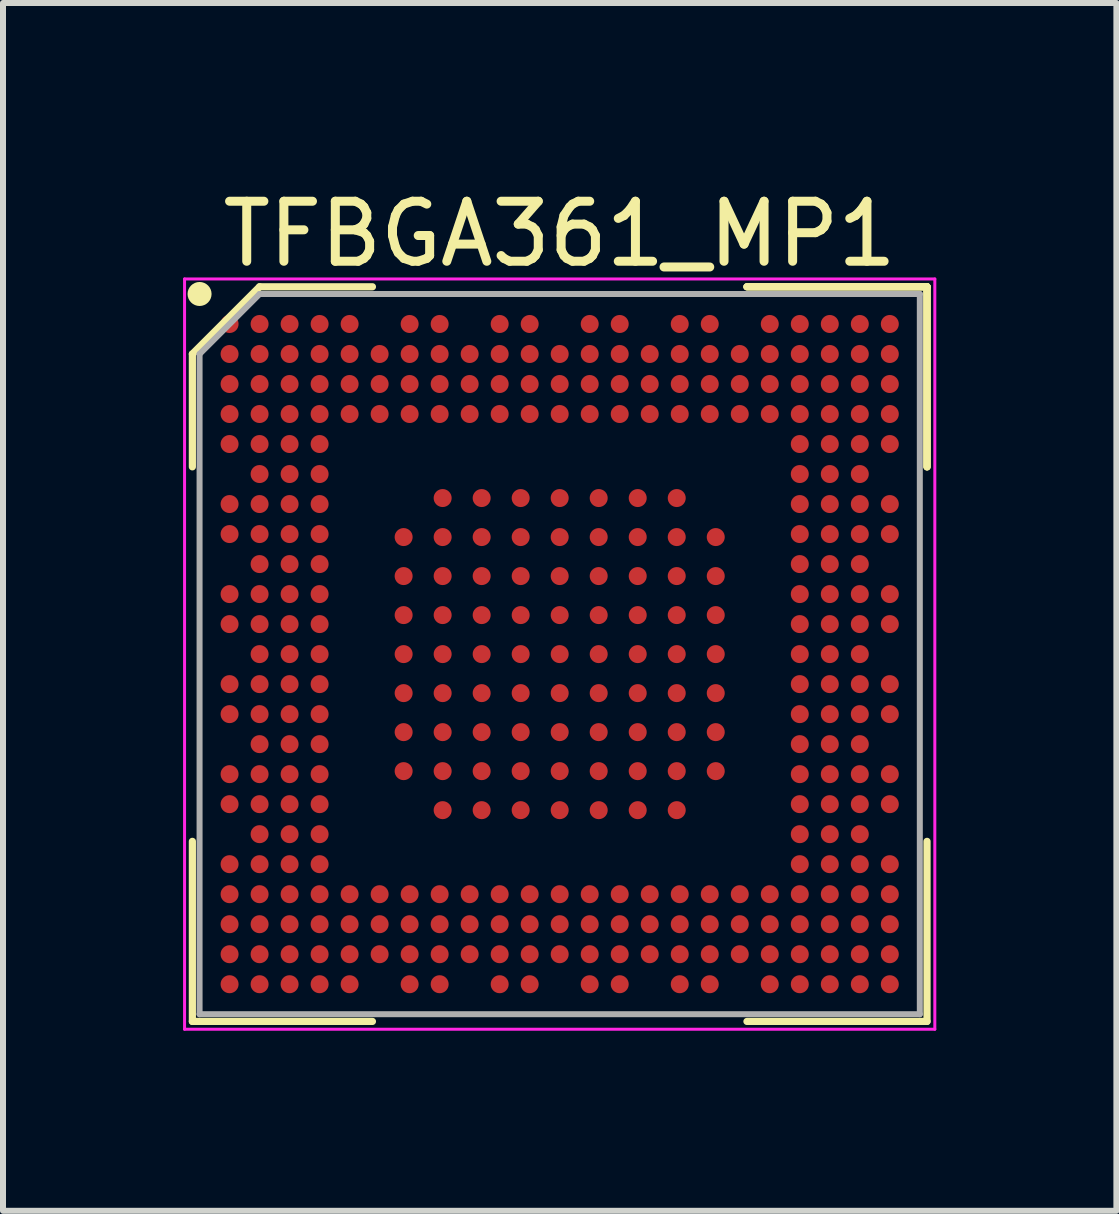
<source format=kicad_pcb>
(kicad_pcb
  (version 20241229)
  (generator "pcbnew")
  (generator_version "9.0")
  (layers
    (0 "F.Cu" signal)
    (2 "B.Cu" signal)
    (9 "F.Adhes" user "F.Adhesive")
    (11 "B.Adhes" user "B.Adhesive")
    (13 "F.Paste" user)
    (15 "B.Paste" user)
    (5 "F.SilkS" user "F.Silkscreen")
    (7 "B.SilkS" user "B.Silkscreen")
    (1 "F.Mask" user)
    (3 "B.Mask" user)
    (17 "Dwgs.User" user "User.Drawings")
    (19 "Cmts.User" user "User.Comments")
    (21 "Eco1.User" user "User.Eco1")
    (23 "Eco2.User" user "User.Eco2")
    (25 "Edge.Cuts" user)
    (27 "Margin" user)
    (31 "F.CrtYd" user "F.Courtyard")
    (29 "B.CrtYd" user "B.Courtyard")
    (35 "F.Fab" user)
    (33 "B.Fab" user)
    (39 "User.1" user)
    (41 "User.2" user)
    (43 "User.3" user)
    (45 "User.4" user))
  (footprint "TFBGA361_MP1"
    (layer "F.Cu")
    (at 6.275 7.848)
    (property "Reference" "TFBGA361_MP1" (at 0 -7 0) (layer "F.SilkS") (effects (font (size 1 1) (thickness 0.15))))
    (attr through_hole)
    (fp_line (start -6.12 -5) (end -6.12 -3.12) (stroke (width 0.12) (type solid)) (layer "F.SilkS"))
    (fp_line (start -6.12 6.12) (end -6.12 3.12) (stroke (width 0.12) (type solid)) (layer "F.SilkS"))
    (fp_line (start -5 -6.12) (end -6.12 -5) (stroke (width 0.12) (type solid)) (layer "F.SilkS"))
    (fp_line (start -3.12 -6.12) (end -5 -6.12) (stroke (width 0.12) (type solid)) (layer "F.SilkS"))
    (fp_line (start -3.12 6.12) (end -6.12 6.12) (stroke (width 0.12) (type solid)) (layer "F.SilkS"))
    (fp_line (start 3.12 -6.12) (end 6.12 -6.12) (stroke (width 0.12) (type solid)) (layer "F.SilkS"))
    (fp_line (start 3.12 -6.12) (end 6.12 -6.12) (stroke (width 0.12) (type solid)) (layer "F.SilkS"))
    (fp_line (start 3.12 -6.12) (end 6.12 -6.12) (stroke (width 0.12) (type solid)) (layer "F.SilkS"))
    (fp_line (start 3.12 6.12) (end 6.12 6.12) (stroke (width 0.12) (type solid)) (layer "F.SilkS"))
    (fp_line (start 6.12 -6.12) (end 6.12 -3.12) (stroke (width 0.12) (type solid)) (layer "F.SilkS"))
    (fp_line (start 6.12 -6.12) (end 6.12 -3.12) (stroke (width 0.12) (type solid)) (layer "F.SilkS"))
    (fp_line (start 6.12 -6.12) (end 6.12 -3.12) (stroke (width 0.12) (type solid)) (layer "F.SilkS"))
    (fp_line (start 6.12 6.12) (end 6.12 3.12) (stroke (width 0.12) (type solid)) (layer "F.SilkS"))
    (fp_circle (center -6 -6) (end -6 -5.9) (stroke (width 0.2) (type solid)) (fill no) (layer "F.SilkS"))
    (fp_line (start -6.25 -6.25) (end 6.25 -6.25) (stroke (width 0.05) (type solid)) (layer "F.CrtYd"))
    (fp_line (start -6.25 6.25) (end -6.25 -6.25) (stroke (width 0.05) (type solid)) (layer "F.CrtYd"))
    (fp_line (start 6.25 -6.25) (end 6.25 6.25) (stroke (width 0.05) (type solid)) (layer "F.CrtYd"))
    (fp_line (start 6.25 6.25) (end -6.25 6.25) (stroke (width 0.05) (type solid)) (layer "F.CrtYd"))
    (fp_line (start -6 -5) (end -6 6) (stroke (width 0.1) (type solid)) (layer "F.Fab"))
    (fp_line (start -6 6) (end 6 6) (stroke (width 0.1) (type solid)) (layer "F.Fab"))
    (fp_line (start -5 -6) (end -6 -5) (stroke (width 0.1) (type solid)) (layer "F.Fab"))
    (fp_line (start 6 -6) (end -5 -6) (stroke (width 0.1) (type solid)) (layer "F.Fab"))
    (fp_line (start 6 6) (end 6 -6) (stroke (width 0.1) (type solid)) (layer "F.Fab"))
    (pad "1A2" smd circle (at -1.95 -2.6) (size 0.3 0.3) (layers "F.Cu" "F.Mask" "F.Paste"))
    (pad "1A3" smd circle (at -1.3 -2.6) (size 0.3 0.3) (layers "F.Cu" "F.Mask" "F.Paste"))
    (pad "1A4" smd circle (at -0.65 -2.6) (size 0.3 0.3) (layers "F.Cu" "F.Mask" "F.Paste"))
    (pad "1A5" smd circle (at 0 -2.6) (size 0.3 0.3) (layers "F.Cu" "F.Mask" "F.Paste"))
    (pad "1A6" smd circle (at 0.65 -2.6) (size 0.3 0.3) (layers "F.Cu" "F.Mask" "F.Paste"))
    (pad "1A7" smd circle (at 1.3 -2.6) (size 0.3 0.3) (layers "F.Cu" "F.Mask" "F.Paste"))
    (pad "1A8" smd circle (at 1.95 -2.6) (size 0.3 0.3) (layers "F.Cu" "F.Mask" "F.Paste"))
    (pad "1B1" smd circle (at -2.6 -1.95) (size 0.3 0.3) (layers "F.Cu" "F.Mask" "F.Paste"))
    (pad "1B2" smd circle (at -1.95 -1.95) (size 0.3 0.3) (layers "F.Cu" "F.Mask" "F.Paste"))
    (pad "1B3" smd circle (at -1.3 -1.95) (size 0.3 0.3) (layers "F.Cu" "F.Mask" "F.Paste"))
    (pad "1B4" smd circle (at -0.65 -1.95) (size 0.3 0.3) (layers "F.Cu" "F.Mask" "F.Paste"))
    (pad "1B5" smd circle (at 0 -1.95) (size 0.3 0.3) (layers "F.Cu" "F.Mask" "F.Paste"))
    (pad "1B6" smd circle (at 0.65 -1.95) (size 0.3 0.3) (layers "F.Cu" "F.Mask" "F.Paste"))
    (pad "1B7" smd circle (at 1.3 -1.95) (size 0.3 0.3) (layers "F.Cu" "F.Mask" "F.Paste"))
    (pad "1B8" smd circle (at 1.95 -1.95) (size 0.3 0.3) (layers "F.Cu" "F.Mask" "F.Paste"))
    (pad "1B9" smd circle (at 2.6 -1.95) (size 0.3 0.3) (layers "F.Cu" "F.Mask" "F.Paste"))
    (pad "1C1" smd circle (at -2.6 -1.3) (size 0.3 0.3) (layers "F.Cu" "F.Mask" "F.Paste"))
    (pad "1C2" smd circle (at -1.95 -1.3) (size 0.3 0.3) (layers "F.Cu" "F.Mask" "F.Paste"))
    (pad "1C3" smd circle (at -1.3 -1.3) (size 0.3 0.3) (layers "F.Cu" "F.Mask" "F.Paste"))
    (pad "1C4" smd circle (at -0.65 -1.3) (size 0.3 0.3) (layers "F.Cu" "F.Mask" "F.Paste"))
    (pad "1C5" smd circle (at 0 -1.3) (size 0.3 0.3) (layers "F.Cu" "F.Mask" "F.Paste"))
    (pad "1C6" smd circle (at 0.65 -1.3) (size 0.3 0.3) (layers "F.Cu" "F.Mask" "F.Paste"))
    (pad "1C7" smd circle (at 1.3 -1.3) (size 0.3 0.3) (layers "F.Cu" "F.Mask" "F.Paste"))
    (pad "1C8" smd circle (at 1.95 -1.3) (size 0.3 0.3) (layers "F.Cu" "F.Mask" "F.Paste"))
    (pad "1C9" smd circle (at 2.6 -1.3) (size 0.3 0.3) (layers "F.Cu" "F.Mask" "F.Paste"))
    (pad "1D1" smd circle (at -2.6 -0.65) (size 0.3 0.3) (layers "F.Cu" "F.Mask" "F.Paste"))
    (pad "1D2" smd circle (at -1.95 -0.65) (size 0.3 0.3) (layers "F.Cu" "F.Mask" "F.Paste"))
    (pad "1D3" smd circle (at -1.3 -0.65) (size 0.3 0.3) (layers "F.Cu" "F.Mask" "F.Paste"))
    (pad "1D4" smd circle (at -0.65 -0.65) (size 0.3 0.3) (layers "F.Cu" "F.Mask" "F.Paste"))
    (pad "1D5" smd circle (at 0 -0.65) (size 0.3 0.3) (layers "F.Cu" "F.Mask" "F.Paste"))
    (pad "1D6" smd circle (at 0.65 -0.65) (size 0.3 0.3) (layers "F.Cu" "F.Mask" "F.Paste"))
    (pad "1D7" smd circle (at 1.3 -0.65) (size 0.3 0.3) (layers "F.Cu" "F.Mask" "F.Paste"))
    (pad "1D8" smd circle (at 1.95 -0.65) (size 0.3 0.3) (layers "F.Cu" "F.Mask" "F.Paste"))
    (pad "1D9" smd circle (at 2.6 -0.65) (size 0.3 0.3) (layers "F.Cu" "F.Mask" "F.Paste"))
    (pad "1E1" smd circle (at -2.6 0) (size 0.3 0.3) (layers "F.Cu" "F.Mask" "F.Paste"))
    (pad "1E2" smd circle (at -1.95 0) (size 0.3 0.3) (layers "F.Cu" "F.Mask" "F.Paste"))
    (pad "1E3" smd circle (at -1.3 0) (size 0.3 0.3) (layers "F.Cu" "F.Mask" "F.Paste"))
    (pad "1E4" smd circle (at -0.65 0) (size 0.3 0.3) (layers "F.Cu" "F.Mask" "F.Paste"))
    (pad "1E5" smd circle (at 0 0) (size 0.3 0.3) (layers "F.Cu" "F.Mask" "F.Paste"))
    (pad "1E6" smd circle (at 0.65 0) (size 0.3 0.3) (layers "F.Cu" "F.Mask" "F.Paste"))
    (pad "1E7" smd circle (at 1.3 0) (size 0.3 0.3) (layers "F.Cu" "F.Mask" "F.Paste"))
    (pad "1E8" smd circle (at 1.95 0) (size 0.3 0.3) (layers "F.Cu" "F.Mask" "F.Paste"))
    (pad "1E9" smd circle (at 2.6 0) (size 0.3 0.3) (layers "F.Cu" "F.Mask" "F.Paste"))
    (pad "1F1" smd circle (at -2.6 0.65) (size 0.3 0.3) (layers "F.Cu" "F.Mask" "F.Paste"))
    (pad "1F2" smd circle (at -1.95 0.65) (size 0.3 0.3) (layers "F.Cu" "F.Mask" "F.Paste"))
    (pad "1F3" smd circle (at -1.3 0.65) (size 0.3 0.3) (layers "F.Cu" "F.Mask" "F.Paste"))
    (pad "1F4" smd circle (at -0.65 0.65) (size 0.3 0.3) (layers "F.Cu" "F.Mask" "F.Paste"))
    (pad "1F5" smd circle (at 0 0.65) (size 0.3 0.3) (layers "F.Cu" "F.Mask" "F.Paste"))
    (pad "1F6" smd circle (at 0.65 0.65) (size 0.3 0.3) (layers "F.Cu" "F.Mask" "F.Paste"))
    (pad "1F7" smd circle (at 1.3 0.65) (size 0.3 0.3) (layers "F.Cu" "F.Mask" "F.Paste"))
    (pad "1F8" smd circle (at 1.95 0.65) (size 0.3 0.3) (layers "F.Cu" "F.Mask" "F.Paste"))
    (pad "1F9" smd circle (at 2.6 0.65) (size 0.3 0.3) (layers "F.Cu" "F.Mask" "F.Paste"))
    (pad "1G2" smd circle (at -1.95 1.3) (size 0.3 0.3) (layers "F.Cu" "F.Mask" "F.Paste"))
    (pad "1G3" smd circle (at -1.3 1.3) (size 0.3 0.3) (layers "F.Cu" "F.Mask" "F.Paste"))
    (pad "1G4" smd circle (at -0.65 1.3) (size 0.3 0.3) (layers "F.Cu" "F.Mask" "F.Paste"))
    (pad "1G5" smd circle (at 0 1.3) (size 0.3 0.3) (layers "F.Cu" "F.Mask" "F.Paste"))
    (pad "1G6" smd circle (at 0.65 1.3) (size 0.3 0.3) (layers "F.Cu" "F.Mask" "F.Paste"))
    (pad "1G7" smd circle (at 1.3 1.3) (size 0.3 0.3) (layers "F.Cu" "F.Mask" "F.Paste"))
    (pad "1G8" smd circle (at 1.95 1.3) (size 0.3 0.3) (layers "F.Cu" "F.Mask" "F.Paste"))
    (pad "1G9" smd circle (at -2.6 1.3) (size 0.3 0.3) (layers "F.Cu" "F.Mask" "F.Paste"))
    (pad "1G9" smd circle (at 2.6 1.3) (size 0.3 0.3) (layers "F.Cu" "F.Mask" "F.Paste"))
    (pad "1H1" smd circle (at -2.6 1.95) (size 0.3 0.3) (layers "F.Cu" "F.Mask" "F.Paste"))
    (pad "1H2" smd circle (at -1.95 1.95) (size 0.3 0.3) (layers "F.Cu" "F.Mask" "F.Paste"))
    (pad "1H3" smd circle (at -1.3 1.95) (size 0.3 0.3) (layers "F.Cu" "F.Mask" "F.Paste"))
    (pad "1H4" smd circle (at -0.65 1.95) (size 0.3 0.3) (layers "F.Cu" "F.Mask" "F.Paste"))
    (pad "1H5" smd circle (at 0 1.95) (size 0.3 0.3) (layers "F.Cu" "F.Mask" "F.Paste"))
    (pad "1H6" smd circle (at 0.65 1.95) (size 0.3 0.3) (layers "F.Cu" "F.Mask" "F.Paste"))
    (pad "1H7" smd circle (at 1.3 1.95) (size 0.3 0.3) (layers "F.Cu" "F.Mask" "F.Paste"))
    (pad "1H8" smd circle (at 1.95 1.95) (size 0.3 0.3) (layers "F.Cu" "F.Mask" "F.Paste"))
    (pad "1H9" smd circle (at 2.6 1.95) (size 0.3 0.3) (layers "F.Cu" "F.Mask" "F.Paste"))
    (pad "1J2" smd circle (at -1.95 2.6) (size 0.3 0.3) (layers "F.Cu" "F.Mask" "F.Paste"))
    (pad "1J3" smd circle (at -1.3 2.6) (size 0.3 0.3) (layers "F.Cu" "F.Mask" "F.Paste"))
    (pad "1J4" smd circle (at -0.65 2.6) (size 0.3 0.3) (layers "F.Cu" "F.Mask" "F.Paste"))
    (pad "1J5" smd circle (at 0 2.6) (size 0.3 0.3) (layers "F.Cu" "F.Mask" "F.Paste"))
    (pad "1J6" smd circle (at 0.65 2.6) (size 0.3 0.3) (layers "F.Cu" "F.Mask" "F.Paste"))
    (pad "1J7" smd circle (at 1.3 2.6) (size 0.3 0.3) (layers "F.Cu" "F.Mask" "F.Paste"))
    (pad "1J8" smd circle (at 1.95 2.6) (size 0.3 0.3) (layers "F.Cu" "F.Mask" "F.Paste"))
    (pad "A1" smd circle (at -5.5 -5.5) (size 0.3 0.3) (layers "F.Cu" "F.Mask" "F.Paste"))
    (pad "A2" smd circle (at -5 -5.5) (size 0.3 0.3) (layers "F.Cu" "F.Mask" "F.Paste"))
    (pad "A3" smd circle (at -4.5 -5.5) (size 0.3 0.3) (layers "F.Cu" "F.Mask" "F.Paste"))
    (pad "A4" smd circle (at -4 -5.5) (size 0.3 0.3) (layers "F.Cu" "F.Mask" "F.Paste"))
    (pad "A5" smd circle (at -3.5 -5.5) (size 0.3 0.3) (layers "F.Cu" "F.Mask" "F.Paste"))
    (pad "A7" smd circle (at -2.5 -5.5) (size 0.3 0.3) (layers "F.Cu" "F.Mask" "F.Paste"))
    (pad "A8" smd circle (at -2 -5.5) (size 0.3 0.3) (layers "F.Cu" "F.Mask" "F.Paste"))
    (pad "A10" smd circle (at -1 -5.5) (size 0.3 0.3) (layers "F.Cu" "F.Mask" "F.Paste"))
    (pad "A11" smd circle (at -0.5 -5.5) (size 0.3 0.3) (layers "F.Cu" "F.Mask" "F.Paste"))
    (pad "A13" smd circle (at 0.5 -5.5) (size 0.3 0.3) (layers "F.Cu" "F.Mask" "F.Paste"))
    (pad "A14" smd circle (at 1 -5.5) (size 0.3 0.3) (layers "F.Cu" "F.Mask" "F.Paste"))
    (pad "A16" smd circle (at 2 -5.5) (size 0.3 0.3) (layers "F.Cu" "F.Mask" "F.Paste"))
    (pad "A17" smd circle (at 2.5 -5.5) (size 0.3 0.3) (layers "F.Cu" "F.Mask" "F.Paste"))
    (pad "A19" smd circle (at 3.5 -5.5) (size 0.3 0.3) (layers "F.Cu" "F.Mask" "F.Paste"))
    (pad "A20" smd circle (at 4 -5.5) (size 0.3 0.3) (layers "F.Cu" "F.Mask" "F.Paste"))
    (pad "A21" smd circle (at 4.5 -5.5) (size 0.3 0.3) (layers "F.Cu" "F.Mask" "F.Paste"))
    (pad "A22" smd circle (at 5 -5.5) (size 0.3 0.3) (layers "F.Cu" "F.Mask" "F.Paste"))
    (pad "A23" smd circle (at 5.5 -5.5) (size 0.3 0.3) (layers "F.Cu" "F.Mask" "F.Paste"))
    (pad "AA1" smd circle (at -5.5 4.5) (size 0.3 0.3) (layers "F.Cu" "F.Mask" "F.Paste"))
    (pad "AA2" smd circle (at -5 4.5) (size 0.3 0.3) (layers "F.Cu" "F.Mask" "F.Paste"))
    (pad "AA3" smd circle (at -4.5 4.5) (size 0.3 0.3) (layers "F.Cu" "F.Mask" "F.Paste"))
    (pad "AA4" smd circle (at -4 4.5) (size 0.3 0.3) (layers "F.Cu" "F.Mask" "F.Paste"))
    (pad "AA5" smd circle (at -3.5 4.5) (size 0.3 0.3) (layers "F.Cu" "F.Mask" "F.Paste"))
    (pad "AA6" smd circle (at -3 4.5) (size 0.3 0.3) (layers "F.Cu" "F.Mask" "F.Paste"))
    (pad "AA7" smd circle (at -2.5 4.5) (size 0.3 0.3) (layers "F.Cu" "F.Mask" "F.Paste"))
    (pad "AA8" smd circle (at -2 4.5) (size 0.3 0.3) (layers "F.Cu" "F.Mask" "F.Paste"))
    (pad "AA9" smd circle (at -1.5 4.5) (size 0.3 0.3) (layers "F.Cu" "F.Mask" "F.Paste"))
    (pad "AA10" smd circle (at -1 4.5) (size 0.3 0.3) (layers "F.Cu" "F.Mask" "F.Paste"))
    (pad "AA11" smd circle (at -0.5 4.5) (size 0.3 0.3) (layers "F.Cu" "F.Mask" "F.Paste"))
    (pad "AA12" smd circle (at 0 4.5) (size 0.3 0.3) (layers "F.Cu" "F.Mask" "F.Paste"))
    (pad "AA13" smd circle (at 0.5 4.5) (size 0.3 0.3) (layers "F.Cu" "F.Mask" "F.Paste"))
    (pad "AA14" smd circle (at 1 4.5) (size 0.3 0.3) (layers "F.Cu" "F.Mask" "F.Paste"))
    (pad "AA15" smd circle (at 1.5 4.5) (size 0.3 0.3) (layers "F.Cu" "F.Mask" "F.Paste"))
    (pad "AA16" smd circle (at 2 4.5) (size 0.3 0.3) (layers "F.Cu" "F.Mask" "F.Paste"))
    (pad "AA17" smd circle (at 2.5 4.5) (size 0.3 0.3) (layers "F.Cu" "F.Mask" "F.Paste"))
    (pad "AA18" smd circle (at 3 4.5) (size 0.3 0.3) (layers "F.Cu" "F.Mask" "F.Paste"))
    (pad "AA19" smd circle (at 3.5 4.5) (size 0.3 0.3) (layers "F.Cu" "F.Mask" "F.Paste"))
    (pad "AA20" smd circle (at 4 4.5) (size 0.3 0.3) (layers "F.Cu" "F.Mask" "F.Paste"))
    (pad "AA21" smd circle (at 4.5 4.5) (size 0.3 0.3) (layers "F.Cu" "F.Mask" "F.Paste"))
    (pad "AA22" smd circle (at 5 4.5) (size 0.3 0.3) (layers "F.Cu" "F.Mask" "F.Paste"))
    (pad "AA23" smd circle (at 5.5 4.5) (size 0.3 0.3) (layers "F.Cu" "F.Mask" "F.Paste"))
    (pad "AB1" smd circle (at -5.5 5) (size 0.3 0.3) (layers "F.Cu" "F.Mask" "F.Paste"))
    (pad "AB2" smd circle (at -5 5) (size 0.3 0.3) (layers "F.Cu" "F.Mask" "F.Paste"))
    (pad "AB3" smd circle (at -4.5 5) (size 0.3 0.3) (layers "F.Cu" "F.Mask" "F.Paste"))
    (pad "AB4" smd circle (at -4 5) (size 0.3 0.3) (layers "F.Cu" "F.Mask" "F.Paste"))
    (pad "AB5" smd circle (at -3.5 5) (size 0.3 0.3) (layers "F.Cu" "F.Mask" "F.Paste"))
    (pad "AB6" smd circle (at -3 5) (size 0.3 0.3) (layers "F.Cu" "F.Mask" "F.Paste"))
    (pad "AB7" smd circle (at -2.5 5) (size 0.3 0.3) (layers "F.Cu" "F.Mask" "F.Paste"))
    (pad "AB8" smd circle (at -2 5) (size 0.3 0.3) (layers "F.Cu" "F.Mask" "F.Paste"))
    (pad "AB9" smd circle (at -1.5 5) (size 0.3 0.3) (layers "F.Cu" "F.Mask" "F.Paste"))
    (pad "AB10" smd circle (at -1 5) (size 0.3 0.3) (layers "F.Cu" "F.Mask" "F.Paste"))
    (pad "AB11" smd circle (at -0.5 5) (size 0.3 0.3) (layers "F.Cu" "F.Mask" "F.Paste"))
    (pad "AB12" smd circle (at 0 5) (size 0.3 0.3) (layers "F.Cu" "F.Mask" "F.Paste"))
    (pad "AB13" smd circle (at 0.5 5) (size 0.3 0.3) (layers "F.Cu" "F.Mask" "F.Paste"))
    (pad "AB14" smd circle (at 1 5) (size 0.3 0.3) (layers "F.Cu" "F.Mask" "F.Paste"))
    (pad "AB15" smd circle (at 1.5 5) (size 0.3 0.3) (layers "F.Cu" "F.Mask" "F.Paste"))
    (pad "AB16" smd circle (at 2 5) (size 0.3 0.3) (layers "F.Cu" "F.Mask" "F.Paste"))
    (pad "AB17" smd circle (at 2.5 5) (size 0.3 0.3) (layers "F.Cu" "F.Mask" "F.Paste"))
    (pad "AB18" smd circle (at 3 5) (size 0.3 0.3) (layers "F.Cu" "F.Mask" "F.Paste"))
    (pad "AB19" smd circle (at 3.5 5) (size 0.3 0.3) (layers "F.Cu" "F.Mask" "F.Paste"))
    (pad "AB20" smd circle (at 4 5) (size 0.3 0.3) (layers "F.Cu" "F.Mask" "F.Paste"))
    (pad "AB21" smd circle (at 4.5 5) (size 0.3 0.3) (layers "F.Cu" "F.Mask" "F.Paste"))
    (pad "AB22" smd circle (at 5 5) (size 0.3 0.3) (layers "F.Cu" "F.Mask" "F.Paste"))
    (pad "AB23" smd circle (at 5.5 5) (size 0.3 0.3) (layers "F.Cu" "F.Mask" "F.Paste"))
    (pad "AC1" smd circle (at -5.5 5.5) (size 0.3 0.3) (layers "F.Cu" "F.Mask" "F.Paste"))
    (pad "AC2" smd circle (at -5 5.5) (size 0.3 0.3) (layers "F.Cu" "F.Mask" "F.Paste"))
    (pad "AC3" smd circle (at -4.5 5.5) (size 0.3 0.3) (layers "F.Cu" "F.Mask" "F.Paste"))
    (pad "AC4" smd circle (at -4 5.5) (size 0.3 0.3) (layers "F.Cu" "F.Mask" "F.Paste"))
    (pad "AC5" smd circle (at -3.5 5.5) (size 0.3 0.3) (layers "F.Cu" "F.Mask" "F.Paste"))
    (pad "AC7" smd circle (at -2.5 5.5) (size 0.3 0.3) (layers "F.Cu" "F.Mask" "F.Paste"))
    (pad "AC8" smd circle (at -2 5.5) (size 0.3 0.3) (layers "F.Cu" "F.Mask" "F.Paste"))
    (pad "AC10" smd circle (at -1 5.5) (size 0.3 0.3) (layers "F.Cu" "F.Mask" "F.Paste"))
    (pad "AC11" smd circle (at -0.5 5.5) (size 0.3 0.3) (layers "F.Cu" "F.Mask" "F.Paste"))
    (pad "AC13" smd circle (at 0.5 5.5) (size 0.3 0.3) (layers "F.Cu" "F.Mask" "F.Paste"))
    (pad "AC14" smd circle (at 1 5.5) (size 0.3 0.3) (layers "F.Cu" "F.Mask" "F.Paste"))
    (pad "AC16" smd circle (at 2 5.5) (size 0.3 0.3) (layers "F.Cu" "F.Mask" "F.Paste"))
    (pad "AC17" smd circle (at 2.5 5.5) (size 0.3 0.3) (layers "F.Cu" "F.Mask" "F.Paste"))
    (pad "AC19" smd circle (at 3.5 5.5) (size 0.3 0.3) (layers "F.Cu" "F.Mask" "F.Paste"))
    (pad "AC20" smd circle (at 4 5.5) (size 0.3 0.3) (layers "F.Cu" "F.Mask" "F.Paste"))
    (pad "AC21" smd circle (at 4.5 5.5) (size 0.3 0.3) (layers "F.Cu" "F.Mask" "F.Paste"))
    (pad "AC22" smd circle (at 5 5.5) (size 0.3 0.3) (layers "F.Cu" "F.Mask" "F.Paste"))
    (pad "AC23" smd circle (at 5.5 5.5) (size 0.3 0.3) (layers "F.Cu" "F.Mask" "F.Paste"))
    (pad "B1" smd circle (at -5.5 -5) (size 0.3 0.3) (layers "F.Cu" "F.Mask" "F.Paste"))
    (pad "B2" smd circle (at -5 -5) (size 0.3 0.3) (layers "F.Cu" "F.Mask" "F.Paste"))
    (pad "B3" smd circle (at -4.5 -5) (size 0.3 0.3) (layers "F.Cu" "F.Mask" "F.Paste"))
    (pad "B4" smd circle (at -4 -5) (size 0.3 0.3) (layers "F.Cu" "F.Mask" "F.Paste"))
    (pad "B5" smd circle (at -3.5 -5) (size 0.3 0.3) (layers "F.Cu" "F.Mask" "F.Paste"))
    (pad "B6" smd circle (at -3 -5) (size 0.3 0.3) (layers "F.Cu" "F.Mask" "F.Paste"))
    (pad "B7" smd circle (at -2.5 -5) (size 0.3 0.3) (layers "F.Cu" "F.Mask" "F.Paste"))
    (pad "B8" smd circle (at -2 -5) (size 0.3 0.3) (layers "F.Cu" "F.Mask" "F.Paste"))
    (pad "B9" smd circle (at -1.5 -5) (size 0.3 0.3) (layers "F.Cu" "F.Mask" "F.Paste"))
    (pad "B10" smd circle (at -1 -5) (size 0.3 0.3) (layers "F.Cu" "F.Mask" "F.Paste"))
    (pad "B11" smd circle (at -0.5 -5) (size 0.3 0.3) (layers "F.Cu" "F.Mask" "F.Paste"))
    (pad "B12" smd circle (at 0 -5) (size 0.3 0.3) (layers "F.Cu" "F.Mask" "F.Paste"))
    (pad "B13" smd circle (at 0.5 -5) (size 0.3 0.3) (layers "F.Cu" "F.Mask" "F.Paste"))
    (pad "B14" smd circle (at 1 -5) (size 0.3 0.3) (layers "F.Cu" "F.Mask" "F.Paste"))
    (pad "B15" smd circle (at 1.5 -5) (size 0.3 0.3) (layers "F.Cu" "F.Mask" "F.Paste"))
    (pad "B16" smd circle (at 2 -5) (size 0.3 0.3) (layers "F.Cu" "F.Mask" "F.Paste"))
    (pad "B17" smd circle (at 2.5 -5) (size 0.3 0.3) (layers "F.Cu" "F.Mask" "F.Paste"))
    (pad "B18" smd circle (at 3 -5) (size 0.3 0.3) (layers "F.Cu" "F.Mask" "F.Paste"))
    (pad "B19" smd circle (at 3.5 -5) (size 0.3 0.3) (layers "F.Cu" "F.Mask" "F.Paste"))
    (pad "B20" smd circle (at 4 -5) (size 0.3 0.3) (layers "F.Cu" "F.Mask" "F.Paste"))
    (pad "B21" smd circle (at 4.5 -5) (size 0.3 0.3) (layers "F.Cu" "F.Mask" "F.Paste"))
    (pad "B22" smd circle (at 5 -5) (size 0.3 0.3) (layers "F.Cu" "F.Mask" "F.Paste"))
    (pad "B23" smd circle (at 5.5 -5) (size 0.3 0.3) (layers "F.Cu" "F.Mask" "F.Paste"))
    (pad "C1" smd circle (at -5.5 -4.5) (size 0.3 0.3) (layers "F.Cu" "F.Mask" "F.Paste"))
    (pad "C2" smd circle (at -5 -4.5) (size 0.3 0.3) (layers "F.Cu" "F.Mask" "F.Paste"))
    (pad "C3" smd circle (at -4.5 -4.5) (size 0.3 0.3) (layers "F.Cu" "F.Mask" "F.Paste"))
    (pad "C4" smd circle (at -4 -4.5) (size 0.3 0.3) (layers "F.Cu" "F.Mask" "F.Paste"))
    (pad "C5" smd circle (at -3.5 -4.5) (size 0.3 0.3) (layers "F.Cu" "F.Mask" "F.Paste"))
    (pad "C6" smd circle (at -3 -4.5) (size 0.3 0.3) (layers "F.Cu" "F.Mask" "F.Paste"))
    (pad "C7" smd circle (at -2.5 -4.5) (size 0.3 0.3) (layers "F.Cu" "F.Mask" "F.Paste"))
    (pad "C8" smd circle (at -2 -4.5) (size 0.3 0.3) (layers "F.Cu" "F.Mask" "F.Paste"))
    (pad "C9" smd circle (at -1.5 -4.5) (size 0.3 0.3) (layers "F.Cu" "F.Mask" "F.Paste"))
    (pad "C10" smd circle (at -1 -4.5) (size 0.3 0.3) (layers "F.Cu" "F.Mask" "F.Paste"))
    (pad "C11" smd circle (at -0.5 -4.5) (size 0.3 0.3) (layers "F.Cu" "F.Mask" "F.Paste"))
    (pad "C12" smd circle (at 0 -4.5) (size 0.3 0.3) (layers "F.Cu" "F.Mask" "F.Paste"))
    (pad "C13" smd circle (at 0.5 -4.5) (size 0.3 0.3) (layers "F.Cu" "F.Mask" "F.Paste"))
    (pad "C14" smd circle (at 1 -4.5) (size 0.3 0.3) (layers "F.Cu" "F.Mask" "F.Paste"))
    (pad "C15" smd circle (at 1.5 -4.5) (size 0.3 0.3) (layers "F.Cu" "F.Mask" "F.Paste"))
    (pad "C16" smd circle (at 2 -4.5) (size 0.3 0.3) (layers "F.Cu" "F.Mask" "F.Paste"))
    (pad "C17" smd circle (at 2.5 -4.5) (size 0.3 0.3) (layers "F.Cu" "F.Mask" "F.Paste"))
    (pad "C18" smd circle (at 3 -4.5) (size 0.3 0.3) (layers "F.Cu" "F.Mask" "F.Paste"))
    (pad "C19" smd circle (at 3.5 -4.5) (size 0.3 0.3) (layers "F.Cu" "F.Mask" "F.Paste"))
    (pad "C20" smd circle (at 4 -4.5) (size 0.3 0.3) (layers "F.Cu" "F.Mask" "F.Paste"))
    (pad "C21" smd circle (at 4.5 -4.5) (size 0.3 0.3) (layers "F.Cu" "F.Mask" "F.Paste"))
    (pad "C22" smd circle (at 5 -4.5) (size 0.3 0.3) (layers "F.Cu" "F.Mask" "F.Paste"))
    (pad "C23" smd circle (at 5.5 -4.5) (size 0.3 0.3) (layers "F.Cu" "F.Mask" "F.Paste"))
    (pad "D1" smd circle (at -5.5 -4) (size 0.3 0.3) (layers "F.Cu" "F.Mask" "F.Paste"))
    (pad "D2" smd circle (at -5 -4) (size 0.3 0.3) (layers "F.Cu" "F.Mask" "F.Paste"))
    (pad "D3" smd circle (at -4.5 -4) (size 0.3 0.3) (layers "F.Cu" "F.Mask" "F.Paste"))
    (pad "D4" smd circle (at -4 -4) (size 0.3 0.3) (layers "F.Cu" "F.Mask" "F.Paste"))
    (pad "D5" smd circle (at -3.5 -4) (size 0.3 0.3) (layers "F.Cu" "F.Mask" "F.Paste"))
    (pad "D6" smd circle (at -3 -4) (size 0.3 0.3) (layers "F.Cu" "F.Mask" "F.Paste"))
    (pad "D7" smd circle (at -2.5 -4) (size 0.3 0.3) (layers "F.Cu" "F.Mask" "F.Paste"))
    (pad "D8" smd circle (at -2 -4) (size 0.3 0.3) (layers "F.Cu" "F.Mask" "F.Paste"))
    (pad "D9" smd circle (at -1.5 -4) (size 0.3 0.3) (layers "F.Cu" "F.Mask" "F.Paste"))
    (pad "D10" smd circle (at -1 -4) (size 0.3 0.3) (layers "F.Cu" "F.Mask" "F.Paste"))
    (pad "D11" smd circle (at -0.5 -4) (size 0.3 0.3) (layers "F.Cu" "F.Mask" "F.Paste"))
    (pad "D12" smd circle (at 0 -4) (size 0.3 0.3) (layers "F.Cu" "F.Mask" "F.Paste"))
    (pad "D13" smd circle (at 0.5 -4) (size 0.3 0.3) (layers "F.Cu" "F.Mask" "F.Paste"))
    (pad "D14" smd circle (at 1 -4) (size 0.3 0.3) (layers "F.Cu" "F.Mask" "F.Paste"))
    (pad "D15" smd circle (at 1.5 -4) (size 0.3 0.3) (layers "F.Cu" "F.Mask" "F.Paste"))
    (pad "D16" smd circle (at 2 -4) (size 0.3 0.3) (layers "F.Cu" "F.Mask" "F.Paste"))
    (pad "D17" smd circle (at 2.5 -4) (size 0.3 0.3) (layers "F.Cu" "F.Mask" "F.Paste"))
    (pad "D18" smd circle (at 3 -4) (size 0.3 0.3) (layers "F.Cu" "F.Mask" "F.Paste"))
    (pad "D19" smd circle (at 3.5 -4) (size 0.3 0.3) (layers "F.Cu" "F.Mask" "F.Paste"))
    (pad "D20" smd circle (at 4 -4) (size 0.3 0.3) (layers "F.Cu" "F.Mask" "F.Paste"))
    (pad "D21" smd circle (at 4.5 -4) (size 0.3 0.3) (layers "F.Cu" "F.Mask" "F.Paste"))
    (pad "D22" smd circle (at 5 -4) (size 0.3 0.3) (layers "F.Cu" "F.Mask" "F.Paste"))
    (pad "D23" smd circle (at 5.5 -4) (size 0.3 0.3) (layers "F.Cu" "F.Mask" "F.Paste"))
    (pad "E1" smd circle (at -5.5 -3.5) (size 0.3 0.3) (layers "F.Cu" "F.Mask" "F.Paste"))
    (pad "E2" smd circle (at -5 -3.5) (size 0.3 0.3) (layers "F.Cu" "F.Mask" "F.Paste"))
    (pad "E3" smd circle (at -4.5 -3.5) (size 0.3 0.3) (layers "F.Cu" "F.Mask" "F.Paste"))
    (pad "E4" smd circle (at -4 -3.5) (size 0.3 0.3) (layers "F.Cu" "F.Mask" "F.Paste"))
    (pad "E20" smd circle (at 4 -3.5) (size 0.3 0.3) (layers "F.Cu" "F.Mask" "F.Paste"))
    (pad "E21" smd circle (at 4.5 -3.5) (size 0.3 0.3) (layers "F.Cu" "F.Mask" "F.Paste"))
    (pad "E22" smd circle (at 5 -3.5) (size 0.3 0.3) (layers "F.Cu" "F.Mask" "F.Paste"))
    (pad "E23" smd circle (at 5.5 -3.5) (size 0.3 0.3) (layers "F.Cu" "F.Mask" "F.Paste"))
    (pad "F2" smd circle (at -5 -3) (size 0.3 0.3) (layers "F.Cu" "F.Mask" "F.Paste"))
    (pad "F3" smd circle (at -4.5 -3) (size 0.3 0.3) (layers "F.Cu" "F.Mask" "F.Paste"))
    (pad "F4" smd circle (at -4 -3) (size 0.3 0.3) (layers "F.Cu" "F.Mask" "F.Paste"))
    (pad "F20" smd circle (at 4 -3) (size 0.3 0.3) (layers "F.Cu" "F.Mask" "F.Paste"))
    (pad "F21" smd circle (at 4.5 -3) (size 0.3 0.3) (layers "F.Cu" "F.Mask" "F.Paste"))
    (pad "F22" smd circle (at 5 -3) (size 0.3 0.3) (layers "F.Cu" "F.Mask" "F.Paste"))
    (pad "G1" smd circle (at -5.5 -2.5) (size 0.3 0.3) (layers "F.Cu" "F.Mask" "F.Paste"))
    (pad "G2" smd circle (at -5 -2.5) (size 0.3 0.3) (layers "F.Cu" "F.Mask" "F.Paste"))
    (pad "G3" smd circle (at -4.5 -2.5) (size 0.3 0.3) (layers "F.Cu" "F.Mask" "F.Paste"))
    (pad "G4" smd circle (at -4 -2.5) (size 0.3 0.3) (layers "F.Cu" "F.Mask" "F.Paste"))
    (pad "G20" smd circle (at 4 -2.5) (size 0.3 0.3) (layers "F.Cu" "F.Mask" "F.Paste"))
    (pad "G21" smd circle (at 4.5 -2.5) (size 0.3 0.3) (layers "F.Cu" "F.Mask" "F.Paste"))
    (pad "G22" smd circle (at 5 -2.5) (size 0.3 0.3) (layers "F.Cu" "F.Mask" "F.Paste"))
    (pad "G23" smd circle (at 5.5 -2.5) (size 0.3 0.3) (layers "F.Cu" "F.Mask" "F.Paste"))
    (pad "H1" smd circle (at -5.5 -2) (size 0.3 0.3) (layers "F.Cu" "F.Mask" "F.Paste"))
    (pad "H2" smd circle (at -5 -2) (size 0.3 0.3) (layers "F.Cu" "F.Mask" "F.Paste"))
    (pad "H3" smd circle (at -4.5 -2) (size 0.3 0.3) (layers "F.Cu" "F.Mask" "F.Paste"))
    (pad "H4" smd circle (at -4 -2) (size 0.3 0.3) (layers "F.Cu" "F.Mask" "F.Paste"))
    (pad "H20" smd circle (at 4 -2) (size 0.3 0.3) (layers "F.Cu" "F.Mask" "F.Paste"))
    (pad "H21" smd circle (at 4.5 -2) (size 0.3 0.3) (layers "F.Cu" "F.Mask" "F.Paste"))
    (pad "H22" smd circle (at 5 -2) (size 0.3 0.3) (layers "F.Cu" "F.Mask" "F.Paste"))
    (pad "H23" smd circle (at 5.5 -2) (size 0.3 0.3) (layers "F.Cu" "F.Mask" "F.Paste"))
    (pad "J2" smd circle (at -5 -1.5) (size 0.3 0.3) (layers "F.Cu" "F.Mask" "F.Paste"))
    (pad "J3" smd circle (at -4.5 -1.5) (size 0.3 0.3) (layers "F.Cu" "F.Mask" "F.Paste"))
    (pad "J4" smd circle (at -4 -1.5) (size 0.3 0.3) (layers "F.Cu" "F.Mask" "F.Paste"))
    (pad "J20" smd circle (at 4 -1.5) (size 0.3 0.3) (layers "F.Cu" "F.Mask" "F.Paste"))
    (pad "J21" smd circle (at 4.5 -1.5) (size 0.3 0.3) (layers "F.Cu" "F.Mask" "F.Paste"))
    (pad "J22" smd circle (at 5 -1.5) (size 0.3 0.3) (layers "F.Cu" "F.Mask" "F.Paste"))
    (pad "K1" smd circle (at -5.5 -1) (size 0.3 0.3) (layers "F.Cu" "F.Mask" "F.Paste"))
    (pad "K2" smd circle (at -5 -1) (size 0.3 0.3) (layers "F.Cu" "F.Mask" "F.Paste"))
    (pad "K3" smd circle (at -4.5 -1) (size 0.3 0.3) (layers "F.Cu" "F.Mask" "F.Paste"))
    (pad "K4" smd circle (at -4 -1) (size 0.3 0.3) (layers "F.Cu" "F.Mask" "F.Paste"))
    (pad "K20" smd circle (at 4 -1) (size 0.3 0.3) (layers "F.Cu" "F.Mask" "F.Paste"))
    (pad "K21" smd circle (at 4.5 -1) (size 0.3 0.3) (layers "F.Cu" "F.Mask" "F.Paste"))
    (pad "K22" smd circle (at 5 -1) (size 0.3 0.3) (layers "F.Cu" "F.Mask" "F.Paste"))
    (pad "K23" smd circle (at 5.5 -1) (size 0.3 0.3) (layers "F.Cu" "F.Mask" "F.Paste"))
    (pad "L1" smd circle (at -5.5 -0.5) (size 0.3 0.3) (layers "F.Cu" "F.Mask" "F.Paste"))
    (pad "L2" smd circle (at -5 -0.5) (size 0.3 0.3) (layers "F.Cu" "F.Mask" "F.Paste"))
    (pad "L3" smd circle (at -4.5 -0.5) (size 0.3 0.3) (layers "F.Cu" "F.Mask" "F.Paste"))
    (pad "L4" smd circle (at -4 -0.5) (size 0.3 0.3) (layers "F.Cu" "F.Mask" "F.Paste"))
    (pad "L20" smd circle (at 4 -0.5) (size 0.3 0.3) (layers "F.Cu" "F.Mask" "F.Paste"))
    (pad "L21" smd circle (at 4.5 -0.5) (size 0.3 0.3) (layers "F.Cu" "F.Mask" "F.Paste"))
    (pad "L22" smd circle (at 5 -0.5) (size 0.3 0.3) (layers "F.Cu" "F.Mask" "F.Paste"))
    (pad "L23" smd circle (at 5.5 -0.5) (size 0.3 0.3) (layers "F.Cu" "F.Mask" "F.Paste"))
    (pad "M2" smd circle (at -5 0) (size 0.3 0.3) (layers "F.Cu" "F.Mask" "F.Paste"))
    (pad "M3" smd circle (at -4.5 0) (size 0.3 0.3) (layers "F.Cu" "F.Mask" "F.Paste"))
    (pad "M4" smd circle (at -4 0) (size 0.3 0.3) (layers "F.Cu" "F.Mask" "F.Paste"))
    (pad "M20" smd circle (at 4 0) (size 0.3 0.3) (layers "F.Cu" "F.Mask" "F.Paste"))
    (pad "M21" smd circle (at 4.5 0) (size 0.3 0.3) (layers "F.Cu" "F.Mask" "F.Paste"))
    (pad "M22" smd circle (at 5 0) (size 0.3 0.3) (layers "F.Cu" "F.Mask" "F.Paste"))
    (pad "N1" smd circle (at -5.5 0.5) (size 0.3 0.3) (layers "F.Cu" "F.Mask" "F.Paste"))
    (pad "N2" smd circle (at -5 0.5) (size 0.3 0.3) (layers "F.Cu" "F.Mask" "F.Paste"))
    (pad "N3" smd circle (at -4.5 0.5) (size 0.3 0.3) (layers "F.Cu" "F.Mask" "F.Paste"))
    (pad "N4" smd circle (at -4 0.5) (size 0.3 0.3) (layers "F.Cu" "F.Mask" "F.Paste"))
    (pad "N20" smd circle (at 4 0.5) (size 0.3 0.3) (layers "F.Cu" "F.Mask" "F.Paste"))
    (pad "N21" smd circle (at 4.5 0.5) (size 0.3 0.3) (layers "F.Cu" "F.Mask" "F.Paste"))
    (pad "N22" smd circle (at 5 0.5) (size 0.3 0.3) (layers "F.Cu" "F.Mask" "F.Paste"))
    (pad "N23" smd circle (at 5.5 0.5) (size 0.3 0.3) (layers "F.Cu" "F.Mask" "F.Paste"))
    (pad "P1" smd circle (at -5.5 1) (size 0.3 0.3) (layers "F.Cu" "F.Mask" "F.Paste"))
    (pad "P2" smd circle (at -5 1) (size 0.3 0.3) (layers "F.Cu" "F.Mask" "F.Paste"))
    (pad "P3" smd circle (at -4.5 1) (size 0.3 0.3) (layers "F.Cu" "F.Mask" "F.Paste"))
    (pad "P4" smd circle (at -4 1) (size 0.3 0.3) (layers "F.Cu" "F.Mask" "F.Paste"))
    (pad "P20" smd circle (at 4 1) (size 0.3 0.3) (layers "F.Cu" "F.Mask" "F.Paste"))
    (pad "P21" smd circle (at 4.5 1) (size 0.3 0.3) (layers "F.Cu" "F.Mask" "F.Paste"))
    (pad "P22" smd circle (at 5 1) (size 0.3 0.3) (layers "F.Cu" "F.Mask" "F.Paste"))
    (pad "P23" smd circle (at 5.5 1) (size 0.3 0.3) (layers "F.Cu" "F.Mask" "F.Paste"))
    (pad "R2" smd circle (at -5 1.5) (size 0.3 0.3) (layers "F.Cu" "F.Mask" "F.Paste"))
    (pad "R3" smd circle (at -4.5 1.5) (size 0.3 0.3) (layers "F.Cu" "F.Mask" "F.Paste"))
    (pad "R4" smd circle (at -4 1.5) (size 0.3 0.3) (layers "F.Cu" "F.Mask" "F.Paste"))
    (pad "R20" smd circle (at 4 1.5) (size 0.3 0.3) (layers "F.Cu" "F.Mask" "F.Paste"))
    (pad "R21" smd circle (at 4.5 1.5) (size 0.3 0.3) (layers "F.Cu" "F.Mask" "F.Paste"))
    (pad "R22" smd circle (at 5 1.5) (size 0.3 0.3) (layers "F.Cu" "F.Mask" "F.Paste"))
    (pad "T1" smd circle (at -5.5 2) (size 0.3 0.3) (layers "F.Cu" "F.Mask" "F.Paste"))
    (pad "T2" smd circle (at -5 2) (size 0.3 0.3) (layers "F.Cu" "F.Mask" "F.Paste"))
    (pad "T3" smd circle (at -4.5 2) (size 0.3 0.3) (layers "F.Cu" "F.Mask" "F.Paste"))
    (pad "T4" smd circle (at -4 2) (size 0.3 0.3) (layers "F.Cu" "F.Mask" "F.Paste"))
    (pad "T20" smd circle (at 4 2) (size 0.3 0.3) (layers "F.Cu" "F.Mask" "F.Paste"))
    (pad "T21" smd circle (at 4.5 2) (size 0.3 0.3) (layers "F.Cu" "F.Mask" "F.Paste"))
    (pad "T22" smd circle (at 5 2) (size 0.3 0.3) (layers "F.Cu" "F.Mask" "F.Paste"))
    (pad "T23" smd circle (at 5.5 2) (size 0.3 0.3) (layers "F.Cu" "F.Mask" "F.Paste"))
    (pad "U1" smd circle (at -5.5 2.5) (size 0.3 0.3) (layers "F.Cu" "F.Mask" "F.Paste"))
    (pad "U2" smd circle (at -5 2.5) (size 0.3 0.3) (layers "F.Cu" "F.Mask" "F.Paste"))
    (pad "U3" smd circle (at -4.5 2.5) (size 0.3 0.3) (layers "F.Cu" "F.Mask" "F.Paste"))
    (pad "U4" smd circle (at -4 2.5) (size 0.3 0.3) (layers "F.Cu" "F.Mask" "F.Paste"))
    (pad "U20" smd circle (at 4 2.5) (size 0.3 0.3) (layers "F.Cu" "F.Mask" "F.Paste"))
    (pad "U21" smd circle (at 4.5 2.5) (size 0.3 0.3) (layers "F.Cu" "F.Mask" "F.Paste"))
    (pad "U22" smd circle (at 5 2.5) (size 0.3 0.3) (layers "F.Cu" "F.Mask" "F.Paste"))
    (pad "U23" smd circle (at 5.5 2.5) (size 0.3 0.3) (layers "F.Cu" "F.Mask" "F.Paste"))
    (pad "V2" smd circle (at -5 3) (size 0.3 0.3) (layers "F.Cu" "F.Mask" "F.Paste"))
    (pad "V3" smd circle (at -4.5 3) (size 0.3 0.3) (layers "F.Cu" "F.Mask" "F.Paste"))
    (pad "V4" smd circle (at -4 3) (size 0.3 0.3) (layers "F.Cu" "F.Mask" "F.Paste"))
    (pad "V20" smd circle (at 4 3) (size 0.3 0.3) (layers "F.Cu" "F.Mask" "F.Paste"))
    (pad "V21" smd circle (at 4.5 3) (size 0.3 0.3) (layers "F.Cu" "F.Mask" "F.Paste"))
    (pad "V22" smd circle (at 5 3) (size 0.3 0.3) (layers "F.Cu" "F.Mask" "F.Paste"))
    (pad "W1" smd circle (at -5.5 3.5) (size 0.3 0.3) (layers "F.Cu" "F.Mask" "F.Paste"))
    (pad "W2" smd circle (at -5 3.5) (size 0.3 0.3) (layers "F.Cu" "F.Mask" "F.Paste"))
    (pad "W3" smd circle (at -4.5 3.5) (size 0.3 0.3) (layers "F.Cu" "F.Mask" "F.Paste"))
    (pad "W4" smd circle (at -4 3.5) (size 0.3 0.3) (layers "F.Cu" "F.Mask" "F.Paste"))
    (pad "W20" smd circle (at 4 3.5) (size 0.3 0.3) (layers "F.Cu" "F.Mask" "F.Paste"))
    (pad "W21" smd circle (at 4.5 3.5) (size 0.3 0.3) (layers "F.Cu" "F.Mask" "F.Paste"))
    (pad "W22" smd circle (at 5 3.5) (size 0.3 0.3) (layers "F.Cu" "F.Mask" "F.Paste"))
    (pad "W23" smd circle (at 5.5 3.5) (size 0.3 0.3) (layers "F.Cu" "F.Mask" "F.Paste"))
    (pad "Y1" smd circle (at -5.5 4) (size 0.3 0.3) (layers "F.Cu" "F.Mask" "F.Paste"))
    (pad "Y2" smd circle (at -5 4) (size 0.3 0.3) (layers "F.Cu" "F.Mask" "F.Paste"))
    (pad "Y3" smd circle (at -4.5 4) (size 0.3 0.3) (layers "F.Cu" "F.Mask" "F.Paste"))
    (pad "Y4" smd circle (at -4 4) (size 0.3 0.3) (layers "F.Cu" "F.Mask" "F.Paste"))
    (pad "Y5" smd circle (at -3.5 4) (size 0.3 0.3) (layers "F.Cu" "F.Mask" "F.Paste"))
    (pad "Y6" smd circle (at -3 4) (size 0.3 0.3) (layers "F.Cu" "F.Mask" "F.Paste"))
    (pad "Y7" smd circle (at -2.5 4) (size 0.3 0.3) (layers "F.Cu" "F.Mask" "F.Paste"))
    (pad "Y8" smd circle (at -2 4) (size 0.3 0.3) (layers "F.Cu" "F.Mask" "F.Paste"))
    (pad "Y9" smd circle (at -1.5 4) (size 0.3 0.3) (layers "F.Cu" "F.Mask" "F.Paste"))
    (pad "Y10" smd circle (at -1 4) (size 0.3 0.3) (layers "F.Cu" "F.Mask" "F.Paste"))
    (pad "Y11" smd circle (at -0.5 4) (size 0.3 0.3) (layers "F.Cu" "F.Mask" "F.Paste"))
    (pad "Y12" smd circle (at 0 4) (size 0.3 0.3) (layers "F.Cu" "F.Mask" "F.Paste"))
    (pad "Y13" smd circle (at 0.5 4) (size 0.3 0.3) (layers "F.Cu" "F.Mask" "F.Paste"))
    (pad "Y14" smd circle (at 1 4) (size 0.3 0.3) (layers "F.Cu" "F.Mask" "F.Paste"))
    (pad "Y15" smd circle (at 1.5 4) (size 0.3 0.3) (layers "F.Cu" "F.Mask" "F.Paste"))
    (pad "Y16" smd circle (at 2 4) (size 0.3 0.3) (layers "F.Cu" "F.Mask" "F.Paste"))
    (pad "Y17" smd circle (at 2.5 4) (size 0.3 0.3) (layers "F.Cu" "F.Mask" "F.Paste"))
    (pad "Y18" smd circle (at 3 4) (size 0.3 0.3) (layers "F.Cu" "F.Mask" "F.Paste"))
    (pad "Y19" smd circle (at 3.5 4) (size 0.3 0.3) (layers "F.Cu" "F.Mask" "F.Paste"))
    (pad "Y20" smd circle (at 4 4) (size 0.3 0.3) (layers "F.Cu" "F.Mask" "F.Paste"))
    (pad "Y21" smd circle (at 4.5 4) (size 0.3 0.3) (layers "F.Cu" "F.Mask" "F.Paste"))
    (pad "Y22" smd circle (at 5 4) (size 0.3 0.3) (layers "F.Cu" "F.Mask" "F.Paste"))
    (pad "Y23" smd circle (at 5.5 4) (size 0.3 0.3) (layers "F.Cu" "F.Mask" "F.Paste")))
  (gr_rect
    (start -3 -3)
    (end 15.55 17.123)
    (stroke (width 0.1) (type default))
    (fill no)
    (layer "Edge.Cuts")))
</source>
